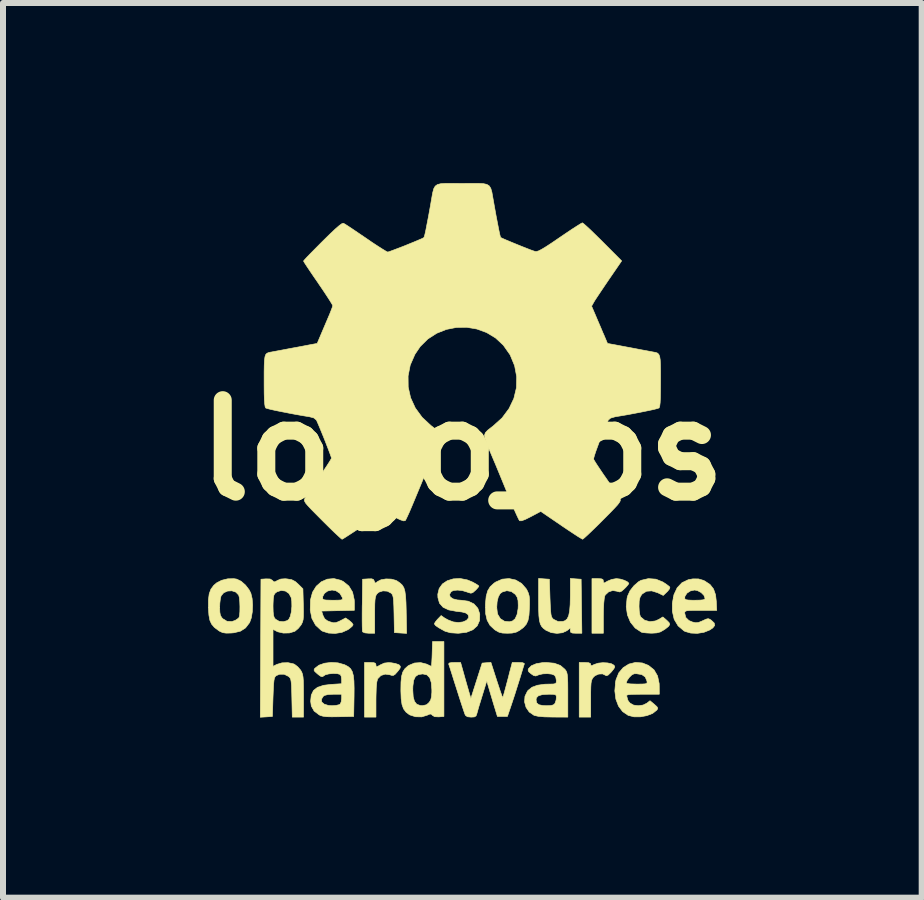
<source format=kicad_pcb>
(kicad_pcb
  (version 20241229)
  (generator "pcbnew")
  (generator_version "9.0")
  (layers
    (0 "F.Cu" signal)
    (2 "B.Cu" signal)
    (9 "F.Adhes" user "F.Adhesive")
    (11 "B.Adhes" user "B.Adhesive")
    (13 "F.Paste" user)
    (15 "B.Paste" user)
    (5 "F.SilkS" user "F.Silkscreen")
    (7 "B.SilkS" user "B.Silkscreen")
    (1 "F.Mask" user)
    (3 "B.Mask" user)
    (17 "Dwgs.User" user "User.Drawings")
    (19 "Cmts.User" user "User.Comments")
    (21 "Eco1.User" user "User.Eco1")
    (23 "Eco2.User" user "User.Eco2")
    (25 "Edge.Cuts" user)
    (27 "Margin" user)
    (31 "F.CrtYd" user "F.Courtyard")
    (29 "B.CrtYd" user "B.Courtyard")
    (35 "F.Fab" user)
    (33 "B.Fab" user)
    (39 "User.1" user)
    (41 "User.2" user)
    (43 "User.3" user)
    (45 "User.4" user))
  (footprint "logo_os"
    (layer "F.Cu")
    (at 4.652 4.451)
    (property "Reference" "logo_os" (at 0 0 0) (layer "F.SilkS") (effects (font (size 1.524 1.524) (thickness 0.3))))
    (attr through_hole)
    (fp_poly (pts (xy 2.105 3.539) (xy 2.134 3.553) (xy 2.138 3.567) (xy 2.142 3.587) (xy 2.162 3.585) (xy 2.2 3.567) (xy 2.265 3.546) (xy 2.341 3.538) (xy 2.417 3.542) (xy 2.483 3.556) (xy 2.527 3.581) (xy 2.539 3.607) (xy 2.526 3.636) (xy 2.492 3.68) (xy 2.474 3.701) (xy 2.428 3.745) (xy 2.398 3.756) (xy 2.386 3.749) (xy 2.336 3.725) (xy 2.271 3.728) (xy 2.21 3.755) (xy 2.182 3.781) (xy 2.164 3.807) (xy 2.152 3.837) (xy 2.144 3.88) (xy 2.14 3.944) (xy 2.138 4.035) (xy 2.138 4.141) (xy 2.138 4.445) (xy 1.947 4.445) (xy 1.947 3.535) (xy 2.043 3.535) (xy 2.105 3.539)) (stroke (width 0.01) (type solid)) (fill yes) (layer "F.SilkS"))
    (fp_poly (pts (xy -1.475 3.538) (xy -1.447 3.549) (xy -1.439 3.574) (xy -1.439 3.576) (xy -1.437 3.602) (xy -1.424 3.606) (xy -1.39 3.589) (xy -1.364 3.574) (xy -1.3 3.545) (xy -1.23 3.537) (xy -1.183 3.54) (xy -1.115 3.552) (xy -1.062 3.57) (xy -1.046 3.58) (xy -1.032 3.603) (xy -1.038 3.631) (xy -1.07 3.675) (xy -1.08 3.687) (xy -1.121 3.733) (xy -1.151 3.751) (xy -1.184 3.748) (xy -1.206 3.74) (xy -1.285 3.729) (xy -1.357 3.752) (xy -1.409 3.805) (xy -1.412 3.81) (xy -1.425 3.861) (xy -1.434 3.953) (xy -1.438 4.083) (xy -1.439 4.154) (xy -1.439 4.445) (xy -1.63 4.445) (xy -1.63 3.535) (xy -1.535 3.535) (xy -1.475 3.538)) (stroke (width 0.01) (type solid)) (fill yes) (layer "F.SilkS"))
    (fp_poly (pts (xy 2.314 2.141) (xy 2.342 2.152) (xy 2.349 2.177) (xy 2.349 2.18) (xy 2.351 2.206) (xy 2.364 2.21) (xy 2.398 2.192) (xy 2.418 2.18) (xy 2.488 2.151) (xy 2.564 2.138) (xy 2.568 2.138) (xy 2.629 2.145) (xy 2.693 2.164) (xy 2.745 2.188) (xy 2.772 2.213) (xy 2.773 2.219) (xy 2.759 2.242) (xy 2.724 2.282) (xy 2.702 2.304) (xy 2.656 2.345) (xy 2.623 2.36) (xy 2.589 2.353) (xy 2.576 2.348) (xy 2.505 2.336) (xy 2.436 2.359) (xy 2.382 2.409) (xy 2.373 2.426) (xy 2.364 2.469) (xy 2.356 2.547) (xy 2.351 2.65) (xy 2.349 2.763) (xy 2.349 3.048) (xy 2.159 3.048) (xy 2.159 2.138) (xy 2.254 2.138) (xy 2.314 2.141)) (stroke (width 0.01) (type solid)) (fill yes) (layer "F.SilkS"))
    (fp_poly (pts (xy 1.889 2.142) (xy 1.979 2.148) (xy 1.985 2.598) (xy 1.991 3.048) (xy 1.895 3.048) (xy 1.835 3.045) (xy 1.807 3.034) (xy 1.799 3.009) (xy 1.799 3.004) (xy 1.799 2.96) (xy 1.743 3.004) (xy 1.669 3.039) (xy 1.576 3.05) (xy 1.479 3.037) (xy 1.396 3) (xy 1.395 3) (xy 1.352 2.968) (xy 1.321 2.935) (xy 1.299 2.893) (xy 1.284 2.836) (xy 1.275 2.757) (xy 1.271 2.649) (xy 1.27 2.507) (xy 1.27 2.491) (xy 1.27 2.135) (xy 1.36 2.142) (xy 1.45 2.148) (xy 1.46 2.463) (xy 1.465 2.585) (xy 1.47 2.671) (xy 1.476 2.73) (xy 1.484 2.769) (xy 1.497 2.793) (xy 1.514 2.812) (xy 1.521 2.817) (xy 1.595 2.853) (xy 1.676 2.851) (xy 1.714 2.837) (xy 1.747 2.807) (xy 1.771 2.756) (xy 1.787 2.678) (xy 1.796 2.568) (xy 1.799 2.421) (xy 1.799 2.409) (xy 1.799 2.135) (xy 1.889 2.142)) (stroke (width 0.01) (type solid)) (fill yes) (layer "F.SilkS"))
    (fp_poly (pts (xy 3.224 2.147) (xy 3.34 2.194) (xy 3.348 2.199) (xy 3.405 2.237) (xy 3.445 2.268) (xy 3.457 2.281) (xy 3.452 2.306) (xy 3.422 2.346) (xy 3.409 2.359) (xy 3.347 2.418) (xy 3.254 2.373) (xy 3.155 2.342) (xy 3.068 2.348) (xy 2.998 2.392) (xy 2.984 2.408) (xy 2.959 2.452) (xy 2.946 2.511) (xy 2.943 2.599) (xy 2.943 2.601) (xy 2.947 2.678) (xy 2.957 2.742) (xy 2.969 2.775) (xy 3.037 2.831) (xy 3.123 2.855) (xy 3.215 2.843) (xy 3.273 2.817) (xy 3.34 2.776) (xy 3.406 2.833) (xy 3.444 2.871) (xy 3.455 2.902) (xy 3.434 2.934) (xy 3.38 2.977) (xy 3.357 2.992) (xy 3.298 3.026) (xy 3.238 3.042) (xy 3.158 3.047) (xy 3.146 3.047) (xy 3.071 3.043) (xy 3.011 3.037) (xy 2.985 3.031) (xy 2.879 2.961) (xy 2.8 2.863) (xy 2.75 2.743) (xy 2.73 2.607) (xy 2.744 2.463) (xy 2.753 2.428) (xy 2.793 2.34) (xy 2.859 2.256) (xy 2.936 2.189) (xy 2.978 2.166) (xy 3.099 2.138) (xy 3.224 2.147)) (stroke (width 0.01) (type solid)) (fill yes) (layer "F.SilkS"))
    (fp_poly (pts (xy -1.481 2.152) (xy -1.467 2.179) (xy -1.467 2.18) (xy -1.455 2.21) (xy -1.437 2.207) (xy -1.415 2.188) (xy -1.355 2.157) (xy -1.272 2.143) (xy -1.184 2.146) (xy -1.106 2.167) (xy -1.086 2.178) (xy -1.037 2.212) (xy -1.001 2.246) (xy -0.974 2.29) (xy -0.957 2.348) (xy -0.946 2.427) (xy -0.939 2.535) (xy -0.935 2.678) (xy -0.935 2.694) (xy -0.928 3.05) (xy -1.03 3.044) (xy -1.132 3.037) (xy -1.138 2.728) (xy -1.141 2.606) (xy -1.145 2.519) (xy -1.15 2.46) (xy -1.159 2.422) (xy -1.171 2.397) (xy -1.187 2.38) (xy -1.25 2.347) (xy -1.323 2.342) (xy -1.391 2.364) (xy -1.421 2.39) (xy -1.437 2.414) (xy -1.448 2.446) (xy -1.455 2.494) (xy -1.459 2.564) (xy -1.46 2.665) (xy -1.46 2.743) (xy -1.46 3.048) (xy -1.556 3.048) (xy -1.623 3.042) (xy -1.659 3.026) (xy -1.663 3.021) (xy -1.666 2.992) (xy -1.668 2.928) (xy -1.669 2.836) (xy -1.669 2.721) (xy -1.668 2.592) (xy -1.667 2.571) (xy -1.662 2.148) (xy -1.57 2.142) (xy -1.511 2.141) (xy -1.481 2.152)) (stroke (width 0.01) (type solid)) (fill yes) (layer "F.SilkS"))
    (fp_poly (pts (xy 0.889 2.161) (xy 0.986 2.218) (xy 1.062 2.305) (xy 1.076 2.328) (xy 1.099 2.378) (xy 1.113 2.427) (xy 1.119 2.485) (xy 1.119 2.566) (xy 1.117 2.629) (xy 1.11 2.747) (xy 1.094 2.833) (xy 1.065 2.897) (xy 1.019 2.95) (xy 0.953 3) (xy 0.896 3.03) (xy 0.828 3.045) (xy 0.751 3.048) (xy 0.67 3.045) (xy 0.611 3.031) (xy 0.557 3.001) (xy 0.535 2.986) (xy 0.461 2.917) (xy 0.413 2.831) (xy 0.388 2.722) (xy 0.385 2.618) (xy 0.573 2.618) (xy 0.583 2.707) (xy 0.591 2.736) (xy 0.634 2.806) (xy 0.702 2.848) (xy 0.783 2.857) (xy 0.835 2.844) (xy 0.88 2.806) (xy 0.912 2.734) (xy 0.929 2.636) (xy 0.931 2.585) (xy 0.928 2.504) (xy 0.914 2.449) (xy 0.886 2.405) (xy 0.881 2.399) (xy 0.817 2.353) (xy 0.741 2.339) (xy 0.667 2.36) (xy 0.631 2.386) (xy 0.599 2.442) (xy 0.579 2.524) (xy 0.573 2.618) (xy 0.385 2.618) (xy 0.384 2.582) (xy 0.385 2.556) (xy 0.397 2.433) (xy 0.422 2.342) (xy 0.464 2.272) (xy 0.529 2.213) (xy 0.557 2.194) (xy 0.665 2.147) (xy 0.779 2.137) (xy 0.889 2.161)) (stroke (width 0.01) (type solid)) (fill yes) (layer "F.SilkS"))
    (fp_poly (pts (xy -0.307 4.434) (xy -0.391 4.441) (xy -0.461 4.438) (xy -0.499 4.415) (xy -0.52 4.394) (xy -0.548 4.396) (xy -0.585 4.413) (xy -0.677 4.441) (xy -0.78 4.439) (xy -0.873 4.409) (xy -0.883 4.404) (xy -0.939 4.361) (xy -0.979 4.308) (xy -1.005 4.237) (xy -1.019 4.14) (xy -1.024 4.011) (xy -1.024 3.99) (xy -0.826 3.99) (xy -0.819 4.104) (xy -0.798 4.182) (xy -0.76 4.23) (xy -0.701 4.252) (xy -0.663 4.254) (xy -0.596 4.239) (xy -0.552 4.199) (xy -0.527 4.158) (xy -0.514 4.106) (xy -0.508 4.031) (xy -0.508 3.99) (xy -0.517 3.872) (xy -0.543 3.79) (xy -0.589 3.742) (xy -0.657 3.726) (xy -0.663 3.726) (xy -0.733 3.736) (xy -0.782 3.77) (xy -0.811 3.832) (xy -0.824 3.928) (xy -0.826 3.99) (xy -1.024 3.99) (xy -1.022 3.86) (xy -1.012 3.764) (xy -0.992 3.694) (xy -0.959 3.641) (xy -0.911 3.597) (xy -0.891 3.583) (xy -0.798 3.544) (xy -0.694 3.537) (xy -0.595 3.562) (xy -0.585 3.567) (xy -0.541 3.588) (xy -0.517 3.598) (xy -0.517 3.598) (xy -0.513 3.579) (xy -0.509 3.526) (xy -0.505 3.449) (xy -0.503 3.392) (xy -0.497 3.186) (xy -0.307 3.186) (xy -0.307 4.434)) (stroke (width 0.01) (type solid)) (fill yes) (layer "F.SilkS"))
    (fp_poly (pts (xy -3.759 2.146) (xy -3.685 2.182) (xy -3.612 2.246) (xy -3.551 2.326) (xy -3.523 2.382) (xy -3.502 2.47) (xy -3.494 2.578) (xy -3.499 2.691) (xy -3.516 2.793) (xy -3.544 2.871) (xy -3.546 2.873) (xy -3.612 2.959) (xy -3.696 3.013) (xy -3.806 3.04) (xy -3.852 3.044) (xy -3.934 3.046) (xy -3.99 3.038) (xy -4.037 3.018) (xy -4.062 3.002) (xy -4.131 2.95) (xy -4.177 2.896) (xy -4.206 2.832) (xy -4.222 2.746) (xy -4.23 2.629) (xy -4.23 2.625) (xy -4.23 2.616) (xy -4.043 2.616) (xy -4.04 2.696) (xy -4.031 2.747) (xy -4.01 2.785) (xy -3.991 2.806) (xy -3.92 2.849) (xy -3.839 2.853) (xy -3.782 2.833) (xy -3.74 2.805) (xy -3.72 2.786) (xy -3.711 2.749) (xy -3.706 2.684) (xy -3.705 2.604) (xy -3.708 2.523) (xy -3.715 2.454) (xy -3.726 2.412) (xy -3.727 2.411) (xy -3.773 2.363) (xy -3.839 2.341) (xy -3.911 2.345) (xy -3.976 2.374) (xy -4.019 2.425) (xy -4.031 2.474) (xy -4.04 2.548) (xy -4.043 2.616) (xy -4.23 2.616) (xy -4.23 2.492) (xy -4.217 2.391) (xy -4.188 2.313) (xy -4.141 2.25) (xy -4.092 2.208) (xy -4.01 2.166) (xy -3.908 2.141) (xy -3.804 2.139) (xy -3.759 2.146)) (stroke (width 0.01) (type solid)) (fill yes) (layer "F.SilkS"))
    (fp_poly (pts (xy -2.027 2.165) (xy -1.985 2.185) (xy -1.891 2.261) (xy -1.829 2.363) (xy -1.801 2.49) (xy -1.799 2.536) (xy -1.799 2.666) (xy -2.072 2.672) (xy -2.345 2.678) (xy -2.321 2.752) (xy -2.295 2.805) (xy -2.251 2.839) (xy -2.21 2.856) (xy -2.152 2.873) (xy -2.11 2.872) (xy -2.06 2.853) (xy -2.033 2.84) (xy -1.944 2.793) (xy -1.882 2.837) (xy -1.841 2.873) (xy -1.821 2.904) (xy -1.82 2.907) (xy -1.837 2.933) (xy -1.879 2.969) (xy -1.909 2.99) (xy -2.006 3.033) (xy -2.118 3.051) (xy -2.23 3.045) (xy -2.328 3.014) (xy -2.351 3) (xy -2.445 2.913) (xy -2.506 2.801) (xy -2.534 2.663) (xy -2.53 2.498) (xy -2.529 2.489) (xy -2.52 2.455) (xy -2.328 2.455) (xy -2.325 2.476) (xy -2.309 2.489) (xy -2.271 2.495) (xy -2.204 2.497) (xy -2.158 2.498) (xy -2.073 2.497) (xy -2.024 2.494) (xy -2 2.486) (xy -1.996 2.47) (xy -2.001 2.45) (xy -2.041 2.382) (xy -2.108 2.339) (xy -2.172 2.328) (xy -2.243 2.344) (xy -2.298 2.384) (xy -2.327 2.439) (xy -2.328 2.455) (xy -2.52 2.455) (xy -2.496 2.365) (xy -2.434 2.265) (xy -2.35 2.191) (xy -2.25 2.147) (xy -2.14 2.137) (xy -2.027 2.165)) (stroke (width 0.01) (type solid)) (fill yes) (layer "F.SilkS"))
    (fp_poly (pts (xy 3.934 2.143) (xy 4.013 2.166) (xy 4.037 2.177) (xy 4.126 2.236) (xy 4.184 2.31) (xy 4.218 2.407) (xy 4.23 2.513) (xy 4.238 2.667) (xy 3.971 2.667) (xy 3.861 2.667) (xy 3.786 2.669) (xy 3.74 2.673) (xy 3.715 2.682) (xy 3.706 2.694) (xy 3.704 2.711) (xy 3.721 2.784) (xy 3.774 2.836) (xy 3.83 2.86) (xy 3.887 2.873) (xy 3.935 2.868) (xy 3.994 2.844) (xy 4.004 2.839) (xy 4.061 2.813) (xy 4.095 2.805) (xy 4.123 2.815) (xy 4.149 2.833) (xy 4.196 2.878) (xy 4.204 2.918) (xy 4.172 2.959) (xy 4.122 2.993) (xy 4.025 3.032) (xy 3.914 3.05) (xy 3.805 3.045) (xy 3.711 3.018) (xy 3.692 3.008) (xy 3.594 2.925) (xy 3.529 2.816) (xy 3.498 2.681) (xy 3.498 2.55) (xy 3.515 2.456) (xy 3.704 2.456) (xy 3.708 2.477) (xy 3.725 2.489) (xy 3.763 2.495) (xy 3.832 2.498) (xy 3.873 2.498) (xy 3.96 2.496) (xy 4.012 2.491) (xy 4.037 2.48) (xy 4.043 2.465) (xy 4.024 2.416) (xy 3.978 2.37) (xy 3.916 2.337) (xy 3.868 2.328) (xy 3.799 2.343) (xy 3.741 2.381) (xy 3.708 2.433) (xy 3.704 2.456) (xy 3.515 2.456) (xy 3.525 2.405) (xy 3.579 2.29) (xy 3.659 2.206) (xy 3.764 2.156) (xy 3.841 2.142) (xy 3.934 2.143)) (stroke (width 0.01) (type solid)) (fill yes) (layer "F.SilkS"))
    (fp_poly (pts (xy -2.072 3.541) (xy -1.966 3.571) (xy -1.956 3.575) (xy -1.902 3.604) (xy -1.862 3.639) (xy -1.834 3.687) (xy -1.816 3.753) (xy -1.806 3.843) (xy -1.803 3.965) (xy -1.804 4.1) (xy -1.81 4.434) (xy -2.064 4.439) (xy -2.18 4.44) (xy -2.262 4.438) (xy -2.321 4.43) (xy -2.364 4.418) (xy -2.386 4.407) (xy -2.469 4.344) (xy -2.516 4.261) (xy -2.527 4.181) (xy -2.524 4.148) (xy -2.348 4.148) (xy -2.342 4.194) (xy -2.301 4.229) (xy -2.23 4.251) (xy -2.172 4.255) (xy -2.104 4.25) (xy -2.053 4.238) (xy -2.036 4.229) (xy -2.018 4.191) (xy -2.011 4.135) (xy -2.011 4.134) (xy -2.011 4.064) (xy -2.147 4.064) (xy -2.239 4.069) (xy -2.297 4.084) (xy -2.316 4.097) (xy -2.348 4.148) (xy -2.524 4.148) (xy -2.517 4.079) (xy -2.48 4.002) (xy -2.412 3.948) (xy -2.311 3.915) (xy -2.189 3.9) (xy -2.011 3.889) (xy -2.011 3.819) (xy -2.017 3.767) (xy -2.033 3.736) (xy -2.034 3.735) (xy -2.082 3.721) (xy -2.151 3.718) (xy -2.224 3.725) (xy -2.282 3.74) (xy -2.301 3.752) (xy -2.327 3.77) (xy -2.353 3.769) (xy -2.391 3.743) (xy -2.412 3.726) (xy -2.456 3.687) (xy -2.471 3.661) (xy -2.461 3.637) (xy -2.456 3.631) (xy -2.389 3.58) (xy -2.295 3.547) (xy -2.185 3.534) (xy -2.072 3.541)) (stroke (width 0.01) (type solid)) (fill yes) (layer "F.SilkS"))
    (fp_poly (pts (xy 0.082 2.159) (xy 0.165 2.193) (xy 0.224 2.225) (xy 0.264 2.251) (xy 0.275 2.263) (xy 0.261 2.286) (xy 0.227 2.324) (xy 0.215 2.335) (xy 0.174 2.371) (xy 0.142 2.381) (xy 0.099 2.369) (xy 0.078 2.361) (xy 0.002 2.338) (xy -0.078 2.329) (xy -0.146 2.335) (xy -0.186 2.354) (xy -0.213 2.4) (xy -0.203 2.441) (xy -0.158 2.474) (xy -0.085 2.493) (xy -0.019 2.498) (xy 0.099 2.514) (xy 0.193 2.559) (xy 0.258 2.632) (xy 0.29 2.728) (xy 0.287 2.836) (xy 0.248 2.924) (xy 0.175 2.99) (xy 0.07 3.032) (xy -0.063 3.048) (xy -0.077 3.048) (xy -0.198 3.04) (xy -0.286 3.015) (xy -0.297 3.01) (xy -0.39 2.958) (xy -0.446 2.92) (xy -0.466 2.892) (xy -0.466 2.891) (xy -0.452 2.863) (xy -0.419 2.822) (xy -0.41 2.812) (xy -0.353 2.753) (xy -0.296 2.794) (xy -0.238 2.826) (xy -0.166 2.854) (xy -0.146 2.86) (xy -0.066 2.869) (xy 0.01 2.859) (xy 0.069 2.833) (xy 0.102 2.794) (xy 0.106 2.775) (xy 0.095 2.738) (xy 0.06 2.712) (xy -0.005 2.694) (xy -0.099 2.683) (xy -0.228 2.659) (xy -0.321 2.615) (xy -0.381 2.547) (xy -0.407 2.454) (xy -0.409 2.397) (xy -0.386 2.303) (xy -0.332 2.227) (xy -0.251 2.173) (xy -0.151 2.142) (xy -0.037 2.136) (xy 0.082 2.159)) (stroke (width 0.01) (type solid)) (fill yes) (layer "F.SilkS"))
    (fp_poly (pts (xy 2.999 3.543) (xy 3.1 3.583) (xy 3.193 3.658) (xy 3.252 3.759) (xy 3.279 3.887) (xy 3.28 3.932) (xy 3.281 4.064) (xy 3.003 4.064) (xy 2.89 4.065) (xy 2.813 4.067) (xy 2.766 4.071) (xy 2.742 4.079) (xy 2.737 4.09) (xy 2.739 4.097) (xy 2.75 4.138) (xy 2.752 4.15) (xy 2.765 4.178) (xy 2.794 4.212) (xy 2.853 4.245) (xy 2.931 4.255) (xy 3.011 4.244) (xy 3.074 4.213) (xy 3.126 4.172) (xy 3.198 4.232) (xy 3.241 4.271) (xy 3.255 4.296) (xy 3.245 4.321) (xy 3.238 4.329) (xy 3.17 4.383) (xy 3.075 4.42) (xy 2.967 4.44) (xy 2.859 4.44) (xy 2.763 4.416) (xy 2.761 4.415) (xy 2.67 4.353) (xy 2.601 4.261) (xy 2.557 4.144) (xy 2.54 4.008) (xy 2.551 3.879) (xy 2.731 3.879) (xy 2.75 3.886) (xy 2.802 3.892) (xy 2.877 3.894) (xy 2.907 3.895) (xy 2.994 3.894) (xy 3.045 3.891) (xy 3.071 3.883) (xy 3.078 3.868) (xy 3.075 3.843) (xy 3.046 3.776) (xy 2.989 3.736) (xy 2.9 3.722) (xy 2.862 3.723) (xy 2.824 3.741) (xy 2.781 3.783) (xy 2.745 3.834) (xy 2.731 3.879) (xy 2.731 3.879) (xy 2.551 3.879) (xy 2.552 3.861) (xy 2.56 3.822) (xy 2.606 3.708) (xy 2.68 3.62) (xy 2.775 3.561) (xy 2.884 3.534) (xy 2.999 3.543)) (stroke (width 0.01) (type solid)) (fill yes) (layer "F.SilkS"))
    (fp_poly (pts (xy 0.571 3.829) (xy 0.605 3.932) (xy 0.634 4.019) (xy 0.657 4.083) (xy 0.67 4.116) (xy 0.672 4.119) (xy 0.682 4.094) (xy 0.701 4.028) (xy 0.73 3.921) (xy 0.769 3.774) (xy 0.785 3.709) (xy 0.831 3.535) (xy 0.936 3.535) (xy 1.002 3.538) (xy 1.031 3.55) (xy 1.032 3.561) (xy 1.022 3.591) (xy 1.003 3.653) (xy 0.978 3.735) (xy 0.955 3.81) (xy 0.917 3.93) (xy 0.875 4.064) (xy 0.834 4.188) (xy 0.819 4.233) (xy 0.751 4.434) (xy 0.584 4.434) (xy 0.545 4.307) (xy 0.519 4.222) (xy 0.488 4.118) (xy 0.458 4.017) (xy 0.456 4.011) (xy 0.407 3.842) (xy 0.332 4.085) (xy 0.301 4.186) (xy 0.273 4.277) (xy 0.253 4.348) (xy 0.242 4.387) (xy 0.228 4.425) (xy 0.199 4.442) (xy 0.145 4.445) (xy 0.086 4.439) (xy 0.054 4.418) (xy 0.043 4.397) (xy 0.031 4.363) (xy 0.008 4.295) (xy -0.023 4.201) (xy -0.059 4.089) (xy -0.097 3.969) (xy -0.136 3.848) (xy -0.17 3.739) (xy -0.198 3.651) (xy -0.218 3.589) (xy -0.228 3.561) (xy -0.228 3.561) (xy -0.22 3.544) (xy -0.178 3.536) (xy -0.133 3.535) (xy -0.029 3.535) (xy 0.02 3.709) (xy 0.048 3.81) (xy 0.078 3.915) (xy 0.103 4.001) (xy 0.105 4.009) (xy 0.142 4.134) (xy 0.33 3.545) (xy 0.403 3.539) (xy 0.476 3.534) (xy 0.571 3.829)) (stroke (width 0.01) (type solid)) (fill yes) (layer "F.SilkS"))
    (fp_poly (pts (xy 1.531 3.547) (xy 1.634 3.585) (xy 1.709 3.649) (xy 1.711 3.652) (xy 1.728 3.675) (xy 1.74 3.702) (xy 1.748 3.739) (xy 1.753 3.792) (xy 1.756 3.869) (xy 1.757 3.977) (xy 1.757 4.077) (xy 1.757 4.445) (xy 1.508 4.444) (xy 1.37 4.441) (xy 1.266 4.432) (xy 1.2 4.417) (xy 1.194 4.415) (xy 1.114 4.36) (xy 1.061 4.282) (xy 1.036 4.191) (xy 1.039 4.156) (xy 1.228 4.156) (xy 1.238 4.207) (xy 1.273 4.238) (xy 1.339 4.252) (xy 1.4 4.255) (xy 1.474 4.252) (xy 1.517 4.241) (xy 1.541 4.219) (xy 1.544 4.214) (xy 1.562 4.16) (xy 1.566 4.118) (xy 1.564 4.088) (xy 1.55 4.072) (xy 1.514 4.065) (xy 1.447 4.064) (xy 1.438 4.064) (xy 1.334 4.07) (xy 1.268 4.089) (xy 1.234 4.123) (xy 1.228 4.156) (xy 1.039 4.156) (xy 1.043 4.098) (xy 1.084 4.014) (xy 1.095 4) (xy 1.161 3.947) (xy 1.251 3.914) (xy 1.37 3.897) (xy 1.445 3.895) (xy 1.513 3.894) (xy 1.549 3.887) (xy 1.564 3.87) (xy 1.566 3.838) (xy 1.566 3.834) (xy 1.556 3.78) (xy 1.535 3.747) (xy 1.489 3.729) (xy 1.419 3.721) (xy 1.343 3.724) (xy 1.278 3.738) (xy 1.261 3.745) (xy 1.223 3.76) (xy 1.187 3.752) (xy 1.146 3.724) (xy 1.105 3.689) (xy 1.095 3.66) (xy 1.103 3.636) (xy 1.15 3.589) (xy 1.231 3.555) (xy 1.337 3.537) (xy 1.397 3.535) (xy 1.531 3.547)) (stroke (width 0.01) (type solid)) (fill yes) (layer "F.SilkS"))
    (fp_poly (pts (xy -2.919 2.143) (xy -2.842 2.156) (xy -2.784 2.186) (xy -2.734 2.23) (xy -2.656 2.308) (xy -2.649 2.572) (xy -2.647 2.684) (xy -2.648 2.764) (xy -2.652 2.819) (xy -2.662 2.859) (xy -2.678 2.894) (xy -2.688 2.911) (xy -2.734 2.968) (xy -2.786 3.012) (xy -2.795 3.017) (xy -2.882 3.043) (xy -2.982 3.045) (xy -3.074 3.024) (xy -3.091 3.016) (xy -3.154 2.983) (xy -3.154 3.599) (xy -3.091 3.567) (xy -3.004 3.541) (xy -2.904 3.538) (xy -2.812 3.558) (xy -2.795 3.566) (xy -2.743 3.606) (xy -2.695 3.661) (xy -2.69 3.669) (xy -2.674 3.699) (xy -2.662 3.733) (xy -2.654 3.777) (xy -2.649 3.838) (xy -2.647 3.926) (xy -2.646 4.045) (xy -2.646 4.093) (xy -2.646 4.445) (xy -2.833 4.445) (xy -2.84 4.126) (xy -2.843 4.003) (xy -2.846 3.915) (xy -2.852 3.855) (xy -2.859 3.816) (xy -2.871 3.791) (xy -2.888 3.773) (xy -2.897 3.766) (xy -2.968 3.731) (xy -3.046 3.731) (xy -3.102 3.755) (xy -3.118 3.771) (xy -3.13 3.795) (xy -3.138 3.835) (xy -3.144 3.896) (xy -3.149 3.987) (xy -3.154 4.11) (xy -3.164 4.434) (xy -3.265 4.441) (xy -3.366 4.447) (xy -3.36 3.298) (xy -3.357 2.594) (xy -3.154 2.594) (xy -3.152 2.686) (xy -3.146 2.747) (xy -3.134 2.786) (xy -3.113 2.814) (xy -3.111 2.815) (xy -3.052 2.849) (xy -2.981 2.856) (xy -2.916 2.837) (xy -2.891 2.817) (xy -2.866 2.767) (xy -2.848 2.69) (xy -2.84 2.6) (xy -2.842 2.511) (xy -2.851 2.455) (xy -2.888 2.386) (xy -2.947 2.345) (xy -3.018 2.335) (xy -3.089 2.358) (xy -3.121 2.383) (xy -3.139 2.413) (xy -3.149 2.467) (xy -3.153 2.551) (xy -3.154 2.594) (xy -3.357 2.594) (xy -3.355 2.148) (xy -3.271 2.142) (xy -3.203 2.144) (xy -3.164 2.167) (xy -3.162 2.17) (xy -3.14 2.192) (xy -3.116 2.189) (xy -3.081 2.169) (xy -3.025 2.145) (xy -2.951 2.14) (xy -2.919 2.143)) (stroke (width 0.01) (type solid)) (fill yes) (layer "F.SilkS"))
    (fp_poly (pts (xy 0.35 -4.442) (xy 0.409 -4.429) (xy 0.448 -4.404) (xy 0.474 -4.363) (xy 0.492 -4.301) (xy 0.507 -4.216) (xy 0.527 -4.103) (xy 0.53 -4.085) (xy 0.562 -3.907) (xy 0.589 -3.767) (xy 0.609 -3.664) (xy 0.624 -3.594) (xy 0.634 -3.555) (xy 0.639 -3.545) (xy 0.662 -3.533) (xy 0.716 -3.509) (xy 0.792 -3.477) (xy 0.882 -3.44) (xy 0.975 -3.402) (xy 1.064 -3.367) (xy 1.14 -3.337) (xy 1.195 -3.318) (xy 1.214 -3.312) (xy 1.238 -3.312) (xy 1.273 -3.323) (xy 1.325 -3.35) (xy 1.396 -3.393) (xy 1.492 -3.456) (xy 1.618 -3.542) (xy 1.621 -3.544) (xy 1.73 -3.618) (xy 1.827 -3.683) (xy 1.908 -3.735) (xy 1.967 -3.772) (xy 1.997 -3.788) (xy 2 -3.789) (xy 2.021 -3.774) (xy 2.067 -3.734) (xy 2.133 -3.673) (xy 2.214 -3.594) (xy 2.307 -3.503) (xy 2.338 -3.472) (xy 2.654 -3.155) (xy 2.444 -2.849) (xy 2.372 -2.743) (xy 2.306 -2.645) (xy 2.25 -2.561) (xy 2.21 -2.5) (xy 2.193 -2.472) (xy 2.153 -2.401) (xy 2.216 -2.254) (xy 2.257 -2.157) (xy 2.305 -2.046) (xy 2.348 -1.943) (xy 2.349 -1.943) (xy 2.418 -1.78) (xy 2.527 -1.76) (xy 2.593 -1.748) (xy 2.686 -1.73) (xy 2.794 -1.71) (xy 2.879 -1.694) (xy 2.982 -1.674) (xy 3.075 -1.657) (xy 3.148 -1.643) (xy 3.186 -1.636) (xy 3.224 -1.629) (xy 3.252 -1.618) (xy 3.273 -1.597) (xy 3.287 -1.563) (xy 3.296 -1.508) (xy 3.3 -1.428) (xy 3.302 -1.318) (xy 3.302 -1.171) (xy 3.302 -1.154) (xy 3.301 -0.996) (xy 3.299 -0.877) (xy 3.295 -0.792) (xy 3.288 -0.737) (xy 3.279 -0.709) (xy 3.276 -0.705) (xy 3.247 -0.695) (xy 3.185 -0.679) (xy 3.096 -0.66) (xy 2.988 -0.638) (xy 2.869 -0.615) (xy 2.747 -0.592) (xy 2.629 -0.572) (xy 2.545 -0.558) (xy 2.469 -0.536) (xy 2.431 -0.503) (xy 2.405 -0.448) (xy 2.371 -0.37) (xy 2.333 -0.276) (xy 2.294 -0.174) (xy 2.257 -0.074) (xy 2.224 0.016) (xy 2.2 0.089) (xy 2.187 0.136) (xy 2.186 0.148) (xy 2.201 0.175) (xy 2.236 0.231) (xy 2.287 0.308) (xy 2.349 0.4) (xy 2.398 0.47) (xy 2.467 0.57) (xy 2.53 0.661) (xy 2.58 0.736) (xy 2.614 0.787) (xy 2.625 0.806) (xy 2.632 0.823) (xy 2.63 0.843) (xy 2.615 0.87) (xy 2.586 0.909) (xy 2.537 0.962) (xy 2.466 1.036) (xy 2.37 1.133) (xy 2.336 1.167) (xy 2.242 1.261) (xy 2.157 1.343) (xy 2.087 1.41) (xy 2.035 1.457) (xy 2.007 1.48) (xy 2.004 1.482) (xy 1.982 1.47) (xy 1.93 1.439) (xy 1.855 1.39) (xy 1.763 1.329) (xy 1.657 1.258) (xy 1.646 1.25) (xy 1.306 1.018) (xy 1.14 1.106) (xy 1.048 1.152) (xy 0.988 1.174) (xy 0.955 1.174) (xy 0.952 1.172) (xy 0.937 1.146) (xy 0.909 1.087) (xy 0.871 1.003) (xy 0.827 0.901) (xy 0.791 0.813) (xy 0.713 0.625) (xy 0.65 0.471) (xy 0.598 0.345) (xy 0.555 0.241) (xy 0.518 0.154) (xy 0.486 0.078) (xy 0.456 0.007) (xy 0.444 -0.021) (xy 0.401 -0.124) (xy 0.375 -0.197) (xy 0.369 -0.25) (xy 0.383 -0.292) (xy 0.42 -0.332) (xy 0.482 -0.381) (xy 0.511 -0.403) (xy 0.662 -0.539) (xy 0.778 -0.695) (xy 0.858 -0.863) (xy 0.901 -1.042) (xy 0.905 -1.225) (xy 0.871 -1.408) (xy 0.797 -1.587) (xy 0.79 -1.598) (xy 0.683 -1.75) (xy 0.553 -1.871) (xy 0.404 -1.961) (xy 0.242 -2.02) (xy 0.072 -2.049) (xy -0.1 -2.046) (xy -0.268 -2.013) (xy -0.428 -1.949) (xy -0.575 -1.854) (xy -0.702 -1.728) (xy -0.79 -1.598) (xy -0.868 -1.42) (xy -0.904 -1.237) (xy -0.902 -1.053) (xy -0.862 -0.875) (xy -0.784 -0.705) (xy -0.67 -0.549) (xy -0.522 -0.411) (xy -0.511 -0.403) (xy -0.44 -0.349) (xy -0.394 -0.307) (xy -0.372 -0.266) (xy -0.37 -0.219) (xy -0.389 -0.154) (xy -0.426 -0.063) (xy -0.444 -0.021) (xy -0.474 0.049) (xy -0.505 0.122) (xy -0.539 0.204) (xy -0.579 0.301) (xy -0.628 0.417) (xy -0.686 0.56) (xy -0.758 0.733) (xy -0.791 0.813) (xy -0.838 0.925) (xy -0.88 1.024) (xy -0.916 1.103) (xy -0.941 1.155) (xy -0.952 1.172) (xy -0.979 1.176) (xy -1.033 1.158) (xy -1.118 1.118) (xy -1.14 1.106) (xy -1.306 1.018) (xy -1.646 1.25) (xy -1.752 1.322) (xy -1.847 1.384) (xy -1.924 1.434) (xy -1.978 1.468) (xy -2.003 1.482) (xy -2.004 1.482) (xy -2.024 1.467) (xy -2.068 1.427) (xy -2.134 1.366) (xy -2.214 1.288) (xy -2.306 1.197) (xy -2.336 1.167) (xy -2.44 1.062) (xy -2.518 0.983) (xy -2.573 0.924) (xy -2.608 0.883) (xy -2.626 0.853) (xy -2.632 0.832) (xy -2.628 0.813) (xy -2.622 0.801) (xy -2.6 0.766) (xy -2.559 0.704) (xy -2.504 0.621) (xy -2.438 0.525) (xy -2.387 0.45) (xy -2.319 0.351) (xy -2.26 0.263) (xy -2.215 0.193) (xy -2.187 0.146) (xy -2.18 0.13) (xy -2.188 0.104) (xy -2.208 0.048) (xy -2.238 -0.031) (xy -2.274 -0.124) (xy -2.313 -0.223) (xy -2.352 -0.318) (xy -2.387 -0.403) (xy -2.415 -0.468) (xy -2.431 -0.503) (xy -2.474 -0.539) (xy -2.545 -0.558) (xy -2.654 -0.576) (xy -2.774 -0.597) (xy -2.896 -0.62) (xy -3.013 -0.643) (xy -3.117 -0.664) (xy -3.201 -0.683) (xy -3.257 -0.698) (xy -3.276 -0.705) (xy -3.285 -0.724) (xy -3.292 -0.769) (xy -3.298 -0.842) (xy -3.301 -0.949) (xy -3.302 -1.092) (xy -3.302 -1.154) (xy -3.302 -1.305) (xy -3.3 -1.419) (xy -3.296 -1.501) (xy -3.288 -1.558) (xy -3.275 -1.595) (xy -3.255 -1.616) (xy -3.227 -1.628) (xy -3.19 -1.636) (xy -3.186 -1.636) (xy -3.139 -1.645) (xy -3.063 -1.659) (xy -2.967 -1.677) (xy -2.879 -1.694) (xy -2.769 -1.714) (xy -2.663 -1.734) (xy -2.575 -1.751) (xy -2.527 -1.76) (xy -2.418 -1.78) (xy -2.349 -1.943) (xy -2.306 -2.044) (xy -2.26 -2.152) (xy -2.22 -2.246) (xy -2.219 -2.247) (xy -2.19 -2.32) (xy -2.168 -2.378) (xy -2.159 -2.41) (xy -2.159 -2.411) (xy -2.171 -2.434) (xy -2.203 -2.487) (xy -2.252 -2.563) (xy -2.314 -2.657) (xy -2.387 -2.764) (xy -2.402 -2.787) (xy -2.476 -2.894) (xy -2.541 -2.99) (xy -2.593 -3.068) (xy -2.629 -3.123) (xy -2.645 -3.151) (xy -2.646 -3.152) (xy -2.632 -3.17) (xy -2.592 -3.214) (xy -2.53 -3.278) (xy -2.452 -3.357) (xy -2.361 -3.449) (xy -2.33 -3.48) (xy -2.211 -3.597) (xy -2.118 -3.685) (xy -2.05 -3.744) (xy -2.005 -3.776) (xy -1.982 -3.782) (xy -1.954 -3.767) (xy -1.898 -3.731) (xy -1.82 -3.679) (xy -1.724 -3.614) (xy -1.618 -3.542) (xy -1.609 -3.536) (xy -1.503 -3.463) (xy -1.407 -3.4) (xy -1.328 -3.35) (xy -1.272 -3.316) (xy -1.244 -3.302) (xy -1.243 -3.302) (xy -1.216 -3.31) (xy -1.159 -3.331) (xy -1.08 -3.361) (xy -0.988 -3.396) (xy -0.892 -3.435) (xy -0.801 -3.472) (xy -0.723 -3.505) (xy -0.667 -3.529) (xy -0.641 -3.543) (xy -0.641 -3.543) (xy -0.634 -3.56) (xy -0.623 -3.6) (xy -0.608 -3.669) (xy -0.589 -3.768) (xy -0.563 -3.901) (xy -0.532 -4.073) (xy -0.53 -4.085) (xy -0.51 -4.202) (xy -0.494 -4.291) (xy -0.477 -4.356) (xy -0.452 -4.4) (xy -0.415 -4.427) (xy -0.359 -4.441) (xy -0.279 -4.446) (xy -0.169 -4.446) (xy -0.023 -4.445) (xy 0 -4.445) (xy 0.151 -4.446) (xy 0.266 -4.446) (xy 0.35 -4.442)) (stroke (width 0.01) (type solid)) (fill yes) (layer "F.SilkS")))
  (gr_rect
    (start -3 -3)
    (end 12.304 11.904)
    (stroke (width 0.1) (type default))
    (fill no)
    (layer "Edge.Cuts")))
</source>
